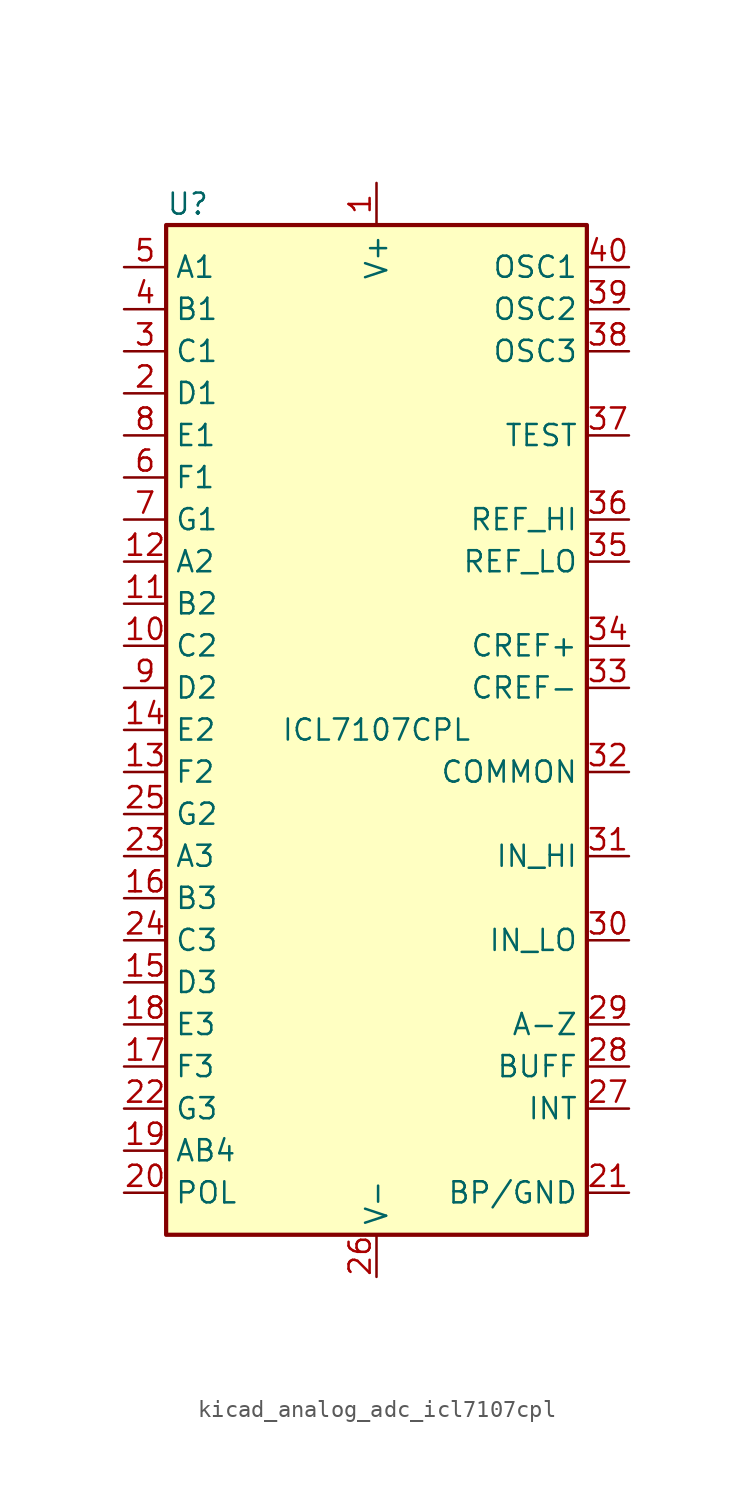
<source format=kicad_sym>
(kicad_symbol_lib
  (version 20220914)
  (generator kicad_symbol_editor)
  (symbol "kicad_analog_adc_icl7107cpl"
    (property "Reference" "U"
      (at -12.7 31.75 0)
      (effects (font (size 1.27 1.27)) (justify left)))
    (property "Value" "ICL7107CPL"
      (at 0 0 0)
      (effects (font (size 1.27 1.27))))
    (symbol "kicad_analog_adc_icl7107cpl_0_1"
      (rectangle (start -12.7 30.48) (end 12.7 -30.48) (stroke (width 0.254) (type default)) (fill (type background))))
    (symbol "kicad_analog_adc_icl7107cpl_1_1"
      (pin power_in line (at 0 33.02 270) (length 2.54) (name "V+" (effects (font (size 1.27 1.27)))) (number "1" (effects (font (size 1.27 1.27)))))
      (pin output line (at -15.24 5.08 0) (length 2.54) (name "C2" (effects (font (size 1.27 1.27)))) (number "10" (effects (font (size 1.27 1.27)))))
      (pin output line (at -15.24 7.62 0) (length 2.54) (name "B2" (effects (font (size 1.27 1.27)))) (number "11" (effects (font (size 1.27 1.27)))))
      (pin output line (at -15.24 10.16 0) (length 2.54) (name "A2" (effects (font (size 1.27 1.27)))) (number "12" (effects (font (size 1.27 1.27)))))
      (pin output line (at -15.24 -2.54 0) (length 2.54) (name "F2" (effects (font (size 1.27 1.27)))) (number "13" (effects (font (size 1.27 1.27)))))
      (pin output line (at -15.24 0 0) (length 2.54) (name "E2" (effects (font (size 1.27 1.27)))) (number "14" (effects (font (size 1.27 1.27)))))
      (pin output line (at -15.24 -15.24 0) (length 2.54) (name "D3" (effects (font (size 1.27 1.27)))) (number "15" (effects (font (size 1.27 1.27)))))
      (pin output line (at -15.24 -10.16 0) (length 2.54) (name "B3" (effects (font (size 1.27 1.27)))) (number "16" (effects (font (size 1.27 1.27)))))
      (pin output line (at -15.24 -20.32 0) (length 2.54) (name "F3" (effects (font (size 1.27 1.27)))) (number "17" (effects (font (size 1.27 1.27)))))
      (pin output line (at -15.24 -17.78 0) (length 2.54) (name "E3" (effects (font (size 1.27 1.27)))) (number "18" (effects (font (size 1.27 1.27)))))
      (pin output line (at -15.24 -25.4 0) (length 2.54) (name "AB4" (effects (font (size 1.27 1.27)))) (number "19" (effects (font (size 1.27 1.27)))))
      (pin output line (at -15.24 20.32 0) (length 2.54) (name "D1" (effects (font (size 1.27 1.27)))) (number "2" (effects (font (size 1.27 1.27)))))
      (pin output line (at -15.24 -27.94 0) (length 2.54) (name "POL" (effects (font (size 1.27 1.27)))) (number "20" (effects (font (size 1.27 1.27)))))
      (pin bidirectional line (at 15.24 -27.94 180) (length 2.54) (name "BP/GND" (effects (font (size 1.27 1.27)))) (number "21" (effects (font (size 1.27 1.27)))))
      (pin output line (at -15.24 -22.86 0) (length 2.54) (name "G3" (effects (font (size 1.27 1.27)))) (number "22" (effects (font (size 1.27 1.27)))))
      (pin output line (at -15.24 -7.62 0) (length 2.54) (name "A3" (effects (font (size 1.27 1.27)))) (number "23" (effects (font (size 1.27 1.27)))))
      (pin output line (at -15.24 -12.7 0) (length 2.54) (name "C3" (effects (font (size 1.27 1.27)))) (number "24" (effects (font (size 1.27 1.27)))))
      (pin output line (at -15.24 -5.08 0) (length 2.54) (name "G2" (effects (font (size 1.27 1.27)))) (number "25" (effects (font (size 1.27 1.27)))))
      (pin power_in line (at 0 -33.02 90) (length 2.54) (name "V-" (effects (font (size 1.27 1.27)))) (number "26" (effects (font (size 1.27 1.27)))))
      (pin passive line (at 15.24 -22.86 180) (length 2.54) (name "INT" (effects (font (size 1.27 1.27)))) (number "27" (effects (font (size 1.27 1.27)))))
      (pin output line (at 15.24 -20.32 180) (length 2.54) (name "BUFF" (effects (font (size 1.27 1.27)))) (number "28" (effects (font (size 1.27 1.27)))))
      (pin passive line (at 15.24 -17.78 180) (length 2.54) (name "A-Z" (effects (font (size 1.27 1.27)))) (number "29" (effects (font (size 1.27 1.27)))))
      (pin output line (at -15.24 22.86 0) (length 2.54) (name "C1" (effects (font (size 1.27 1.27)))) (number "3" (effects (font (size 1.27 1.27)))))
      (pin input line (at 15.24 -12.7 180) (length 2.54) (name "IN_LO" (effects (font (size 1.27 1.27)))) (number "30" (effects (font (size 1.27 1.27)))))
      (pin input line (at 15.24 -7.62 180) (length 2.54) (name "IN_HI" (effects (font (size 1.27 1.27)))) (number "31" (effects (font (size 1.27 1.27)))))
      (pin output line (at 15.24 -2.54 180) (length 2.54) (name "COMMON" (effects (font (size 1.27 1.27)))) (number "32" (effects (font (size 1.27 1.27)))))
      (pin passive line (at 15.24 2.54 180) (length 2.54) (name "CREF-" (effects (font (size 1.27 1.27)))) (number "33" (effects (font (size 1.27 1.27)))))
      (pin passive line (at 15.24 5.08 180) (length 2.54) (name "CREF+" (effects (font (size 1.27 1.27)))) (number "34" (effects (font (size 1.27 1.27)))))
      (pin passive line (at 15.24 10.16 180) (length 2.54) (name "REF_LO" (effects (font (size 1.27 1.27)))) (number "35" (effects (font (size 1.27 1.27)))))
      (pin passive line (at 15.24 12.7 180) (length 2.54) (name "REF_HI" (effects (font (size 1.27 1.27)))) (number "36" (effects (font (size 1.27 1.27)))))
      (pin passive line (at 15.24 17.78 180) (length 2.54) (name "TEST" (effects (font (size 1.27 1.27)))) (number "37" (effects (font (size 1.27 1.27)))))
      (pin passive line (at 15.24 22.86 180) (length 2.54) (name "OSC3" (effects (font (size 1.27 1.27)))) (number "38" (effects (font (size 1.27 1.27)))))
      (pin passive line (at 15.24 25.4 180) (length 2.54) (name "OSC2" (effects (font (size 1.27 1.27)))) (number "39" (effects (font (size 1.27 1.27)))))
      (pin output line (at -15.24 25.4 0) (length 2.54) (name "B1" (effects (font (size 1.27 1.27)))) (number "4" (effects (font (size 1.27 1.27)))))
      (pin passive line (at 15.24 27.94 180) (length 2.54) (name "OSC1" (effects (font (size 1.27 1.27)))) (number "40" (effects (font (size 1.27 1.27)))))
      (pin output line (at -15.24 27.94 0) (length 2.54) (name "A1" (effects (font (size 1.27 1.27)))) (number "5" (effects (font (size 1.27 1.27)))))
      (pin output line (at -15.24 15.24 0) (length 2.54) (name "F1" (effects (font (size 1.27 1.27)))) (number "6" (effects (font (size 1.27 1.27)))))
      (pin output line (at -15.24 12.7 0) (length 2.54) (name "G1" (effects (font (size 1.27 1.27)))) (number "7" (effects (font (size 1.27 1.27)))))
      (pin output line (at -15.24 17.78 0) (length 2.54) (name "E1" (effects (font (size 1.27 1.27)))) (number "8" (effects (font (size 1.27 1.27)))))
      (pin output line (at -15.24 2.54 0) (length 2.54) (name "D2" (effects (font (size 1.27 1.27)))) (number "9" (effects (font (size 1.27 1.27))))))))
</source>
